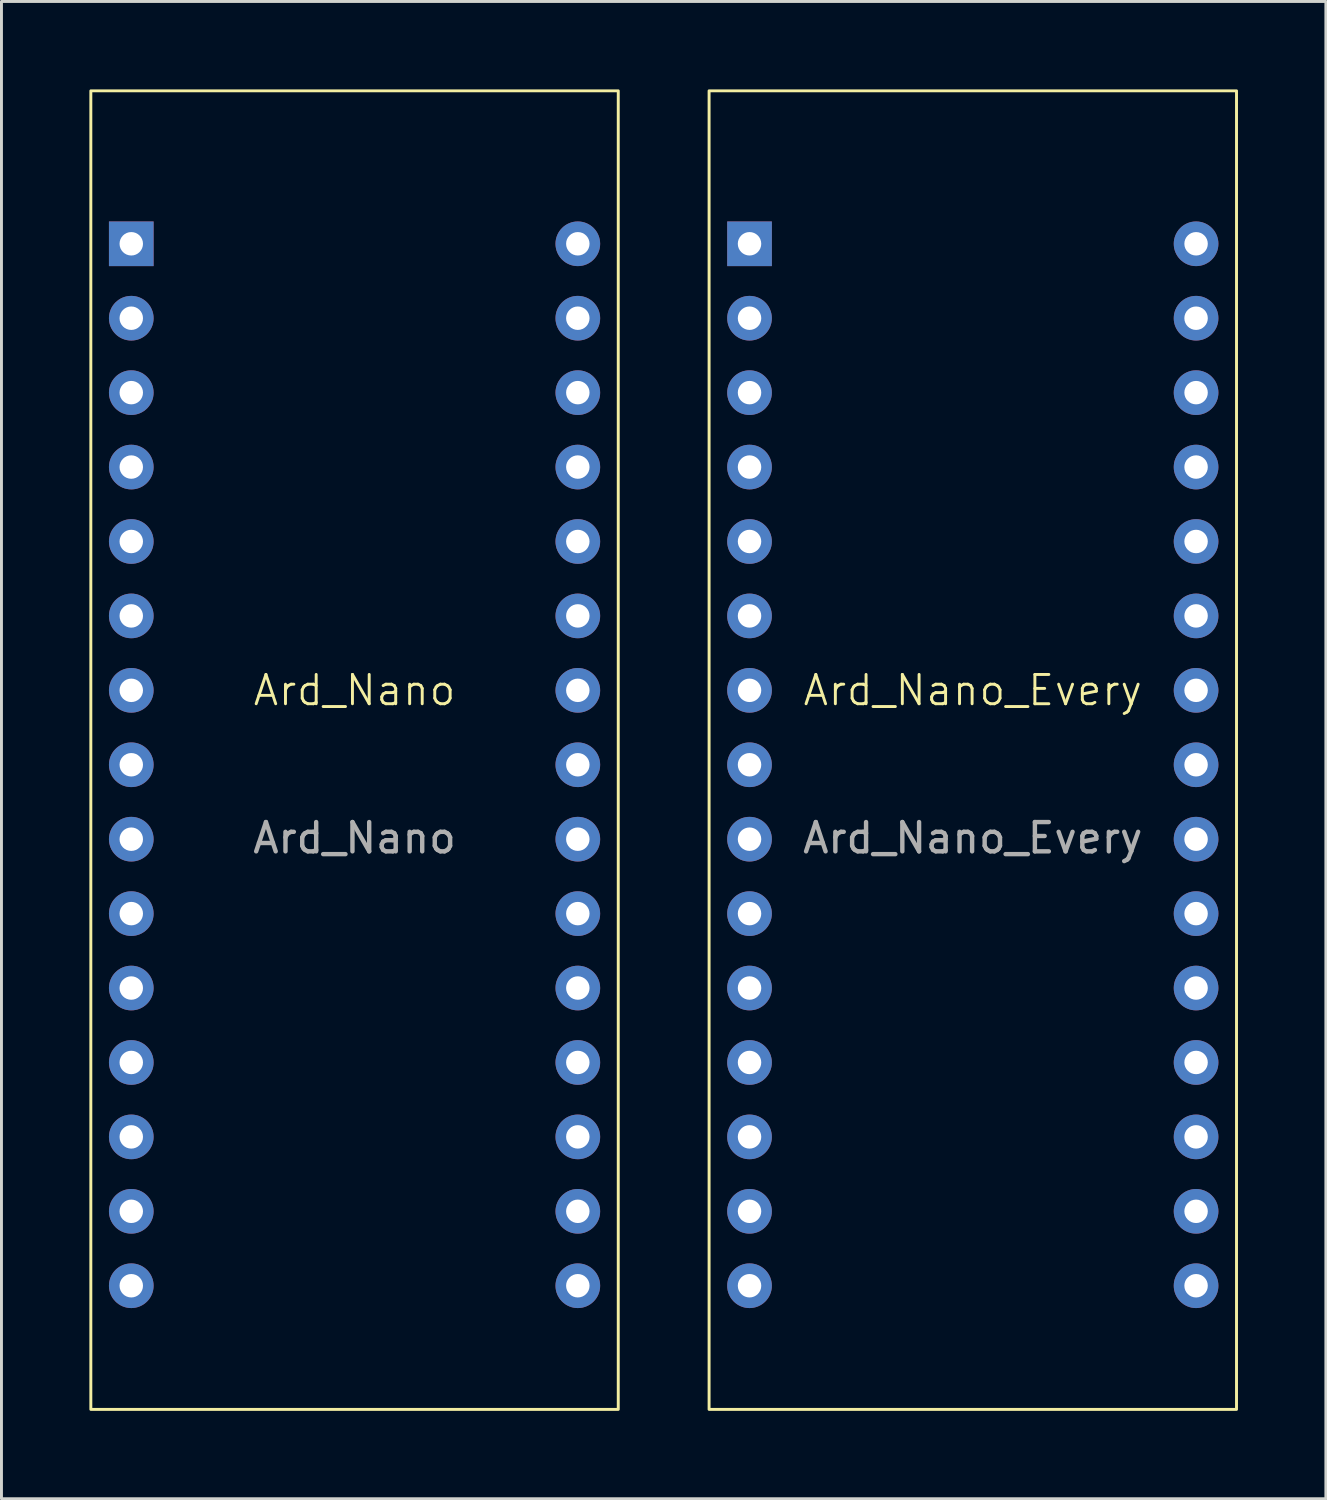
<source format=kicad_pcb>
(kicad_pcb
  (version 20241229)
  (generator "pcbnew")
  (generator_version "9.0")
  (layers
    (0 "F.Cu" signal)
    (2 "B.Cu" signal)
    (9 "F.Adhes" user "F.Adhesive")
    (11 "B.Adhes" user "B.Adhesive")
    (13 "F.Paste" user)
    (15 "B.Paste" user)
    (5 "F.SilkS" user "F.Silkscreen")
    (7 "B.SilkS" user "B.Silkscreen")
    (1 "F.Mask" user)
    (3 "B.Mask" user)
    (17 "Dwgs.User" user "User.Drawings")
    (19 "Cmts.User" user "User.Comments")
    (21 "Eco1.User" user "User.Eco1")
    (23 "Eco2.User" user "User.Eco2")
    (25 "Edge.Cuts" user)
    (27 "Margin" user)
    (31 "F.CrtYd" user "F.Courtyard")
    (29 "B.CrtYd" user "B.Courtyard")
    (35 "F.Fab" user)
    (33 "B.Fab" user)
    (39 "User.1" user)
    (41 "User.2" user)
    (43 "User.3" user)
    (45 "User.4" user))
  (footprint "Ard_Nano_Every"
    (layer "F.Cu")
    (at 30.15 23.05)
    (property "Reference" "Ard_Nano_Every" (at 0 -2.54 0) (unlocked yes) (layer "F.SilkS") (effects (font (size 1 1) (thickness 0.1))))
    (attr through_hole)
    (fp_rect (start -9 -23) (end 9 22) (stroke (width 0.1) (type default)) (fill no) (layer "F.SilkS"))
    (fp_text user "${REFERENCE}" (at 0 2.5 0) (unlocked yes) (layer "F.Fab") (effects (font (size 1 1) (thickness 0.15))))
    (pad "1" thru_hole rect (at -7.62 -17.78) (size 1.524 1.524) (drill 0.8) (layers "*.Cu" "*.Mask"))
    (pad "2" thru_hole circle (at -7.62 -15.24) (size 1.524 1.524) (drill 0.8) (layers "*.Cu" "*.Mask"))
    (pad "3" thru_hole circle (at -7.62 -12.7) (size 1.524 1.524) (drill 0.8) (layers "*.Cu" "*.Mask"))
    (pad "4" thru_hole circle (at -7.62 -10.16) (size 1.524 1.524) (drill 0.8) (layers "*.Cu" "*.Mask"))
    (pad "5" thru_hole circle (at -7.62 -7.62) (size 1.524 1.524) (drill 0.8) (layers "*.Cu" "*.Mask"))
    (pad "6" thru_hole circle (at -7.62 -5.08) (size 1.524 1.524) (drill 0.8) (layers "*.Cu" "*.Mask"))
    (pad "7" thru_hole circle (at -7.62 -2.54) (size 1.524 1.524) (drill 0.8) (layers "*.Cu" "*.Mask"))
    (pad "8" thru_hole circle (at -7.62 0) (size 1.524 1.524) (drill 0.8) (layers "*.Cu" "*.Mask"))
    (pad "9" thru_hole circle (at -7.62 2.54) (size 1.524 1.524) (drill 0.8) (layers "*.Cu" "*.Mask"))
    (pad "10" thru_hole circle (at -7.62 5.08) (size 1.524 1.524) (drill 0.8) (layers "*.Cu" "*.Mask"))
    (pad "11" thru_hole circle (at -7.62 7.62) (size 1.524 1.524) (drill 0.8) (layers "*.Cu" "*.Mask"))
    (pad "12" thru_hole circle (at -7.62 10.16) (size 1.524 1.524) (drill 0.8) (layers "*.Cu" "*.Mask"))
    (pad "13" thru_hole circle (at -7.62 12.7) (size 1.524 1.524) (drill 0.8) (layers "*.Cu" "*.Mask"))
    (pad "14" thru_hole circle (at -7.62 15.24) (size 1.524 1.524) (drill 0.8) (layers "*.Cu" "*.Mask"))
    (pad "15" thru_hole circle (at -7.62 17.78) (size 1.524 1.524) (drill 0.8) (layers "*.Cu" "*.Mask"))
    (pad "16" thru_hole circle (at 7.62 17.78) (size 1.524 1.524) (drill 0.8) (layers "*.Cu" "*.Mask"))
    (pad "17" thru_hole circle (at 7.62 15.24) (size 1.524 1.524) (drill 0.8) (layers "*.Cu" "*.Mask"))
    (pad "18" thru_hole circle (at 7.62 12.7) (size 1.524 1.524) (drill 0.8) (layers "*.Cu" "*.Mask"))
    (pad "19" thru_hole circle (at 7.62 10.16) (size 1.524 1.524) (drill 0.8) (layers "*.Cu" "*.Mask"))
    (pad "20" thru_hole circle (at 7.62 7.62) (size 1.524 1.524) (drill 0.8) (layers "*.Cu" "*.Mask"))
    (pad "21" thru_hole circle (at 7.62 5.08) (size 1.524 1.524) (drill 0.8) (layers "*.Cu" "*.Mask"))
    (pad "22" thru_hole circle (at 7.62 2.54) (size 1.524 1.524) (drill 0.8) (layers "*.Cu" "*.Mask"))
    (pad "23" thru_hole circle (at 7.62 0) (size 1.524 1.524) (drill 0.8) (layers "*.Cu" "*.Mask"))
    (pad "24" thru_hole circle (at 7.62 -2.54) (size 1.524 1.524) (drill 0.8) (layers "*.Cu" "*.Mask"))
    (pad "25" thru_hole circle (at 7.62 -5.08) (size 1.524 1.524) (drill 0.8) (layers "*.Cu" "*.Mask"))
    (pad "26" thru_hole circle (at 7.62 -7.62) (size 1.524 1.524) (drill 0.8) (layers "*.Cu" "*.Mask"))
    (pad "27" thru_hole circle (at 7.62 -10.16) (size 1.524 1.524) (drill 0.8) (layers "*.Cu" "*.Mask"))
    (pad "28" thru_hole circle (at 7.62 -12.7) (size 1.524 1.524) (drill 0.8) (layers "*.Cu" "*.Mask"))
    (pad "29" thru_hole circle (at 7.62 -15.24) (size 1.524 1.524) (drill 0.8) (layers "*.Cu" "*.Mask"))
    (pad "30" thru_hole circle (at 7.62 -17.78) (size 1.524 1.524) (drill 0.8) (layers "*.Cu" "*.Mask")))
  (footprint "Ard_Nano"
    (layer "F.Cu")
    (at 9.05 23.05)
    (property "Reference" "Ard_Nano" (at 0 -2.54 0) (unlocked yes) (layer "F.SilkS") (effects (font (size 1 1) (thickness 0.1))))
    (attr through_hole)
    (fp_rect (start -9 -23) (end 9 22) (stroke (width 0.1) (type default)) (fill no) (layer "F.SilkS"))
    (fp_text user "${REFERENCE}" (at 0 2.5 0) (unlocked yes) (layer "F.Fab") (effects (font (size 1 1) (thickness 0.15))))
    (pad "1" thru_hole rect (at -7.62 -17.78) (size 1.524 1.524) (drill 0.8) (layers "*.Cu" "*.Mask"))
    (pad "2" thru_hole circle (at -7.62 -15.24) (size 1.524 1.524) (drill 0.8) (layers "*.Cu" "*.Mask"))
    (pad "3" thru_hole circle (at -7.62 -12.7) (size 1.524 1.524) (drill 0.8) (layers "*.Cu" "*.Mask"))
    (pad "4" thru_hole circle (at -7.62 -10.16) (size 1.524 1.524) (drill 0.8) (layers "*.Cu" "*.Mask"))
    (pad "5" thru_hole circle (at -7.62 -7.62) (size 1.524 1.524) (drill 0.8) (layers "*.Cu" "*.Mask"))
    (pad "6" thru_hole circle (at -7.62 -5.08) (size 1.524 1.524) (drill 0.8) (layers "*.Cu" "*.Mask"))
    (pad "7" thru_hole circle (at -7.62 -2.54) (size 1.524 1.524) (drill 0.8) (layers "*.Cu" "*.Mask"))
    (pad "8" thru_hole circle (at -7.62 0) (size 1.524 1.524) (drill 0.8) (layers "*.Cu" "*.Mask"))
    (pad "9" thru_hole circle (at -7.62 2.54) (size 1.524 1.524) (drill 0.8) (layers "*.Cu" "*.Mask"))
    (pad "10" thru_hole circle (at -7.62 5.08) (size 1.524 1.524) (drill 0.8) (layers "*.Cu" "*.Mask"))
    (pad "11" thru_hole circle (at -7.62 7.62) (size 1.524 1.524) (drill 0.8) (layers "*.Cu" "*.Mask"))
    (pad "12" thru_hole circle (at -7.62 10.16) (size 1.524 1.524) (drill 0.8) (layers "*.Cu" "*.Mask"))
    (pad "13" thru_hole circle (at -7.62 12.7) (size 1.524 1.524) (drill 0.8) (layers "*.Cu" "*.Mask"))
    (pad "14" thru_hole circle (at -7.62 15.24) (size 1.524 1.524) (drill 0.8) (layers "*.Cu" "*.Mask"))
    (pad "15" thru_hole circle (at -7.62 17.78) (size 1.524 1.524) (drill 0.8) (layers "*.Cu" "*.Mask"))
    (pad "16" thru_hole circle (at 7.62 17.78) (size 1.524 1.524) (drill 0.8) (layers "*.Cu" "*.Mask"))
    (pad "17" thru_hole circle (at 7.62 15.24) (size 1.524 1.524) (drill 0.8) (layers "*.Cu" "*.Mask"))
    (pad "18" thru_hole circle (at 7.62 12.7) (size 1.524 1.524) (drill 0.8) (layers "*.Cu" "*.Mask"))
    (pad "19" thru_hole circle (at 7.62 10.16) (size 1.524 1.524) (drill 0.8) (layers "*.Cu" "*.Mask"))
    (pad "20" thru_hole circle (at 7.62 7.62) (size 1.524 1.524) (drill 0.8) (layers "*.Cu" "*.Mask"))
    (pad "21" thru_hole circle (at 7.62 5.08) (size 1.524 1.524) (drill 0.8) (layers "*.Cu" "*.Mask"))
    (pad "22" thru_hole circle (at 7.62 2.54) (size 1.524 1.524) (drill 0.8) (layers "*.Cu" "*.Mask"))
    (pad "23" thru_hole circle (at 7.62 0) (size 1.524 1.524) (drill 0.8) (layers "*.Cu" "*.Mask"))
    (pad "24" thru_hole circle (at 7.62 -2.54) (size 1.524 1.524) (drill 0.8) (layers "*.Cu" "*.Mask"))
    (pad "25" thru_hole circle (at 7.62 -5.08) (size 1.524 1.524) (drill 0.8) (layers "*.Cu" "*.Mask"))
    (pad "26" thru_hole circle (at 7.62 -7.62) (size 1.524 1.524) (drill 0.8) (layers "*.Cu" "*.Mask"))
    (pad "27" thru_hole circle (at 7.62 -10.16) (size 1.524 1.524) (drill 0.8) (layers "*.Cu" "*.Mask"))
    (pad "28" thru_hole circle (at 7.62 -12.7) (size 1.524 1.524) (drill 0.8) (layers "*.Cu" "*.Mask"))
    (pad "29" thru_hole circle (at 7.62 -15.24) (size 1.524 1.524) (drill 0.8) (layers "*.Cu" "*.Mask"))
    (pad "30" thru_hole circle (at 7.62 -17.78) (size 1.524 1.524) (drill 0.8) (layers "*.Cu" "*.Mask")))
  (gr_rect
    (start -3 -3)
    (end 42.2 48.1)
    (stroke (width 0.1) (type default))
    (fill no)
    (layer "Edge.Cuts")))
</source>
